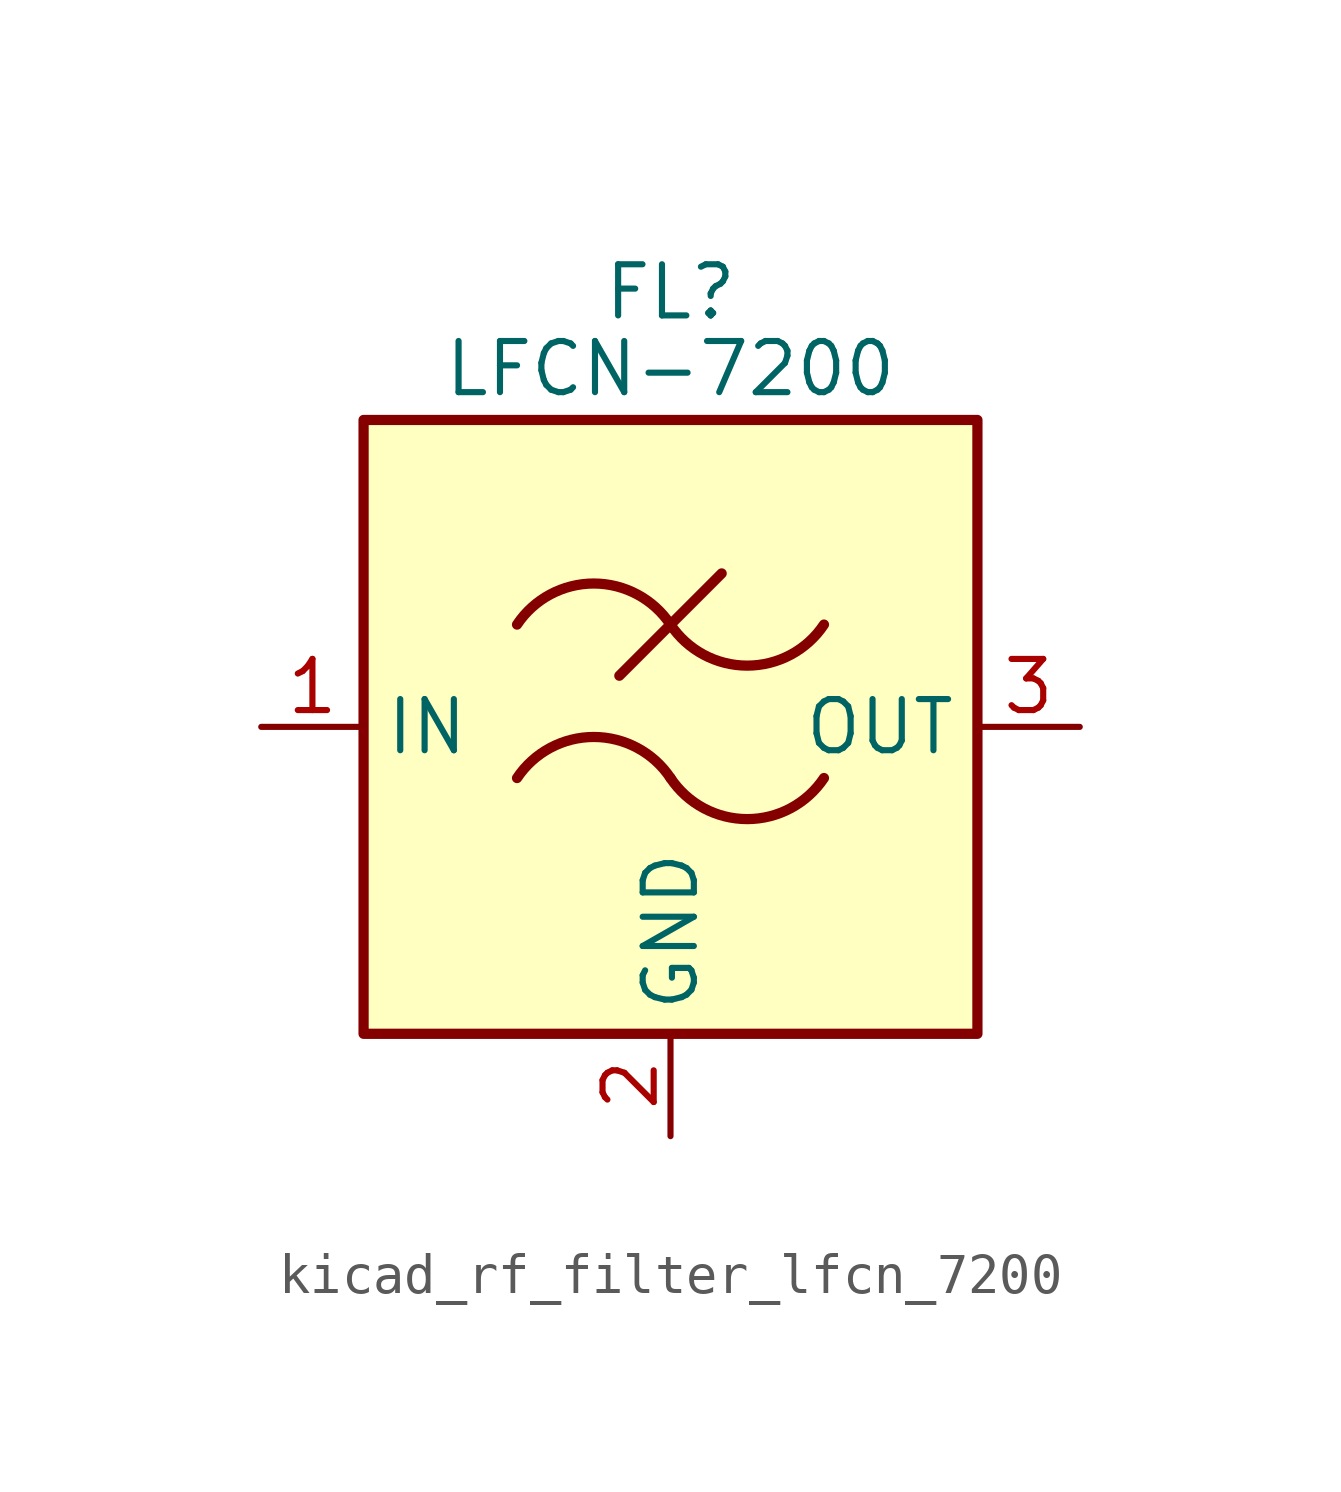
<source format=kicad_sym>
(kicad_symbol_lib
  (version 20220914)
  (generator kicad_symbol_editor)
  (symbol "kicad_rf_filter_lfcn_7200"
    (property "Reference" "FL"
      (at 0 10.795 0)
      (effects (font (size 1.27 1.27))))
    (property "Value" "LFCN-7200"
      (at 0 8.89 0)
      (effects (font (size 1.27 1.27))))
    (symbol "kicad_rf_filter_lfcn_7200_0_1"
      (rectangle (start -7.62 7.62) (end 7.62 -7.62) (stroke (width 0.254) (type default)) (fill (type background)))
      (arc (start 0 -1.27) (mid -1.905 -0.2505) (end -3.81 -1.27) (stroke (width 0.254) (type default)) (fill (type none)))
      (arc (start 0 -1.27) (mid 1.905 -2.2895) (end 3.81 -1.27) (stroke (width 0.254) (type default)) (fill (type none)))
      (polyline (pts (xy -1.27 1.27) (xy 1.27 3.81)) (stroke (width 0.254) (type default)) (fill (type none)))
      (arc (start 0 2.54) (mid -1.905 3.5595) (end -3.81 2.54) (stroke (width 0.254) (type default)) (fill (type none)))
      (arc (start 0 2.54) (mid 1.905 1.5205) (end 3.81 2.54) (stroke (width 0.254) (type default)) (fill (type none))))
    (symbol "kicad_rf_filter_lfcn_7200_1_1"
      (pin passive line (at -10.16 0 0) (length 2.54) (name "IN" (effects (font (size 1.27 1.27)))) (number "1" (effects (font (size 1.27 1.27)))))
      (pin passive line (at 0 -10.16 90) (length 2.54) (name "GND" (effects (font (size 1.27 1.27)))) (number "2" (effects (font (size 1.27 1.27)))))
      (pin passive line (at 10.16 0 180) (length 2.54) (name "OUT" (effects (font (size 1.27 1.27)))) (number "3" (effects (font (size 1.27 1.27)))))
      (pin passive line (at 0 -10.16 90) (length 2.54) hide (name "GND" (effects (font (size 1.27 1.27)))) (number "4" (effects (font (size 1.27 1.27))))))))
</source>
